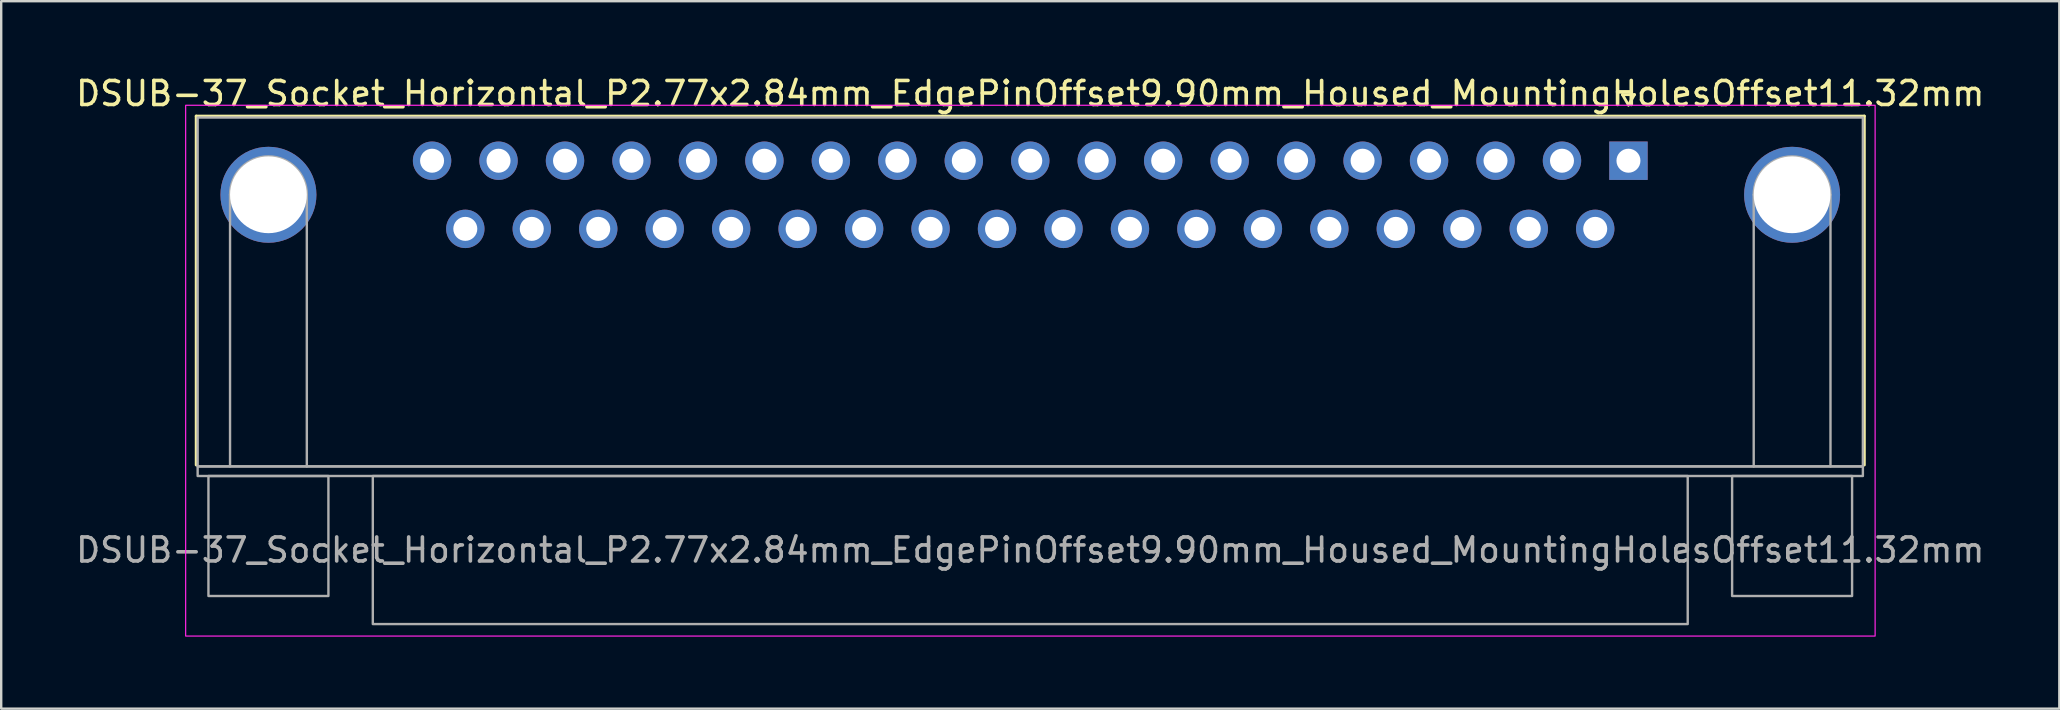
<source format=kicad_pcb>
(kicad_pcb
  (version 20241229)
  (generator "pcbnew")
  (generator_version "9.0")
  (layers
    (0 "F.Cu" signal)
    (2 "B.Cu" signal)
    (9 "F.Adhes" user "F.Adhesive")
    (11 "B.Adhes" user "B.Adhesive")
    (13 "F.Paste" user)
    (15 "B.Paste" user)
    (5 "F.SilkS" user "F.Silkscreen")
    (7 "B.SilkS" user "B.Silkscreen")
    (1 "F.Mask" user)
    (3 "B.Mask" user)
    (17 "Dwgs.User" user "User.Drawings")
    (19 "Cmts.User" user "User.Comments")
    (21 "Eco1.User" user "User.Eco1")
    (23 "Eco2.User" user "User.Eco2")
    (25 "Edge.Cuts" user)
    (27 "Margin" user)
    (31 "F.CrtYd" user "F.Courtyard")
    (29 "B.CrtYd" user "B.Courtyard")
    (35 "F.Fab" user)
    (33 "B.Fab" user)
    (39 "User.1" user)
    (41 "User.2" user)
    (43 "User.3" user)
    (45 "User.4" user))
  (footprint "DSUB-37_Socket_Horizontal_P2.77x2.84mm_EdgePinOffset9.90mm_Housed_MountingHolesOffset11.32mm"
    (layer "F.Cu")
    (at 64.817 3.648)
    (property "Reference" "DSUB-37_Socket_Horizontal_P2.77x2.84mm_EdgePinOffset9.90mm_Housed_MountingHolesOffset11.32mm" (at -24.93 -2.8 0) (layer "F.SilkS") (effects (font (size 1 1) (thickness 0.15))))
    (attr through_hole)
    (fp_line (start -59.69 -1.86) (end 9.83 -1.86) (stroke (width 0.12) (type solid)) (layer "F.SilkS"))
    (fp_line (start -59.69 12.68) (end -59.69 -1.86) (stroke (width 0.12) (type solid)) (layer "F.SilkS"))
    (fp_line (start -0.25 -2.754) (end 0.25 -2.754) (stroke (width 0.12) (type solid)) (layer "F.SilkS"))
    (fp_line (start 0 -2.321) (end -0.25 -2.754) (stroke (width 0.12) (type solid)) (layer "F.SilkS"))
    (fp_line (start 0.25 -2.754) (end 0 -2.321) (stroke (width 0.12) (type solid)) (layer "F.SilkS"))
    (fp_line (start 9.83 -1.86) (end 9.83 12.68) (stroke (width 0.12) (type solid)) (layer "F.SilkS"))
    (fp_rect (start -60.13 -2.31) (end 10.28 19.81) (stroke (width 0.05) (type solid)) (fill no) (layer "F.CrtYd"))
    (fp_line (start -58.28 12.74) (end -58.28 1.42) (stroke (width 0.1) (type solid)) (layer "F.Fab"))
    (fp_line (start -55.08 12.74) (end -55.08 1.42) (stroke (width 0.1) (type solid)) (layer "F.Fab"))
    (fp_line (start 5.22 12.74) (end 5.22 1.42) (stroke (width 0.1) (type solid)) (layer "F.Fab"))
    (fp_line (start 8.42 12.74) (end 8.42 1.42) (stroke (width 0.1) (type solid)) (layer "F.Fab"))
    (fp_rect (start -59.63 -1.8) (end 9.77 12.74) (stroke (width 0.1) (type solid)) (fill no) (layer "F.Fab"))
    (fp_rect (start -59.63 12.74) (end 9.77 13.14) (stroke (width 0.1) (type solid)) (fill no) (layer "F.Fab"))
    (fp_rect (start -59.18 13.14) (end -54.18 18.14) (stroke (width 0.1) (type solid)) (fill no) (layer "F.Fab"))
    (fp_rect (start -52.33 13.14) (end 2.47 19.31) (stroke (width 0.1) (type solid)) (fill no) (layer "F.Fab"))
    (fp_rect (start 4.32 13.14) (end 9.32 18.14) (stroke (width 0.1) (type solid)) (fill no) (layer "F.Fab"))
    (fp_arc (start -58.28 1.42) (mid -56.68 -0.18) (end -55.08 1.42) (stroke (width 0.1) (type solid)) (layer "F.Fab"))
    (fp_arc (start 5.22 1.42) (mid 6.82 -0.18) (end 8.42 1.42) (stroke (width 0.1) (type solid)) (layer "F.Fab"))
    (fp_text user "${REFERENCE}" (at -24.93 16.225 0) (layer "F.Fab") (effects (font (size 1 1) (thickness 0.15))))
    (pad "1" thru_hole rect (at 0 0) (size 1.6 1.6) (drill 1) (layers "*.Cu" "*.Mask"))
    (pad "2" thru_hole circle (at -2.77 0) (size 1.6 1.6) (drill 1) (layers "*.Cu" "*.Mask"))
    (pad "3" thru_hole circle (at -5.54 0) (size 1.6 1.6) (drill 1) (layers "*.Cu" "*.Mask"))
    (pad "4" thru_hole circle (at -8.31 0) (size 1.6 1.6) (drill 1) (layers "*.Cu" "*.Mask"))
    (pad "5" thru_hole circle (at -11.08 0) (size 1.6 1.6) (drill 1) (layers "*.Cu" "*.Mask"))
    (pad "6" thru_hole circle (at -13.85 0) (size 1.6 1.6) (drill 1) (layers "*.Cu" "*.Mask"))
    (pad "7" thru_hole circle (at -16.62 0) (size 1.6 1.6) (drill 1) (layers "*.Cu" "*.Mask"))
    (pad "8" thru_hole circle (at -19.39 0) (size 1.6 1.6) (drill 1) (layers "*.Cu" "*.Mask"))
    (pad "9" thru_hole circle (at -22.16 0) (size 1.6 1.6) (drill 1) (layers "*.Cu" "*.Mask"))
    (pad "10" thru_hole circle (at -24.93 0) (size 1.6 1.6) (drill 1) (layers "*.Cu" "*.Mask"))
    (pad "11" thru_hole circle (at -27.7 0) (size 1.6 1.6) (drill 1) (layers "*.Cu" "*.Mask"))
    (pad "12" thru_hole circle (at -30.47 0) (size 1.6 1.6) (drill 1) (layers "*.Cu" "*.Mask"))
    (pad "13" thru_hole circle (at -33.24 0) (size 1.6 1.6) (drill 1) (layers "*.Cu" "*.Mask"))
    (pad "14" thru_hole circle (at -36.01 0) (size 1.6 1.6) (drill 1) (layers "*.Cu" "*.Mask"))
    (pad "15" thru_hole circle (at -38.78 0) (size 1.6 1.6) (drill 1) (layers "*.Cu" "*.Mask"))
    (pad "16" thru_hole circle (at -41.55 0) (size 1.6 1.6) (drill 1) (layers "*.Cu" "*.Mask"))
    (pad "17" thru_hole circle (at -44.32 0) (size 1.6 1.6) (drill 1) (layers "*.Cu" "*.Mask"))
    (pad "18" thru_hole circle (at -47.09 0) (size 1.6 1.6) (drill 1) (layers "*.Cu" "*.Mask"))
    (pad "19" thru_hole circle (at -49.86 0) (size 1.6 1.6) (drill 1) (layers "*.Cu" "*.Mask"))
    (pad "20" thru_hole circle (at -1.385 2.84) (size 1.6 1.6) (drill 1) (layers "*.Cu" "*.Mask"))
    (pad "21" thru_hole circle (at -4.155 2.84) (size 1.6 1.6) (drill 1) (layers "*.Cu" "*.Mask"))
    (pad "22" thru_hole circle (at -6.925 2.84) (size 1.6 1.6) (drill 1) (layers "*.Cu" "*.Mask"))
    (pad "23" thru_hole circle (at -9.695 2.84) (size 1.6 1.6) (drill 1) (layers "*.Cu" "*.Mask"))
    (pad "24" thru_hole circle (at -12.465 2.84) (size 1.6 1.6) (drill 1) (layers "*.Cu" "*.Mask"))
    (pad "25" thru_hole circle (at -15.235 2.84) (size 1.6 1.6) (drill 1) (layers "*.Cu" "*.Mask"))
    (pad "26" thru_hole circle (at -18.005 2.84) (size 1.6 1.6) (drill 1) (layers "*.Cu" "*.Mask"))
    (pad "27" thru_hole circle (at -20.775 2.84) (size 1.6 1.6) (drill 1) (layers "*.Cu" "*.Mask"))
    (pad "28" thru_hole circle (at -23.545 2.84) (size 1.6 1.6) (drill 1) (layers "*.Cu" "*.Mask"))
    (pad "29" thru_hole circle (at -26.315 2.84) (size 1.6 1.6) (drill 1) (layers "*.Cu" "*.Mask"))
    (pad "30" thru_hole circle (at -29.085 2.84) (size 1.6 1.6) (drill 1) (layers "*.Cu" "*.Mask"))
    (pad "31" thru_hole circle (at -31.855 2.84) (size 1.6 1.6) (drill 1) (layers "*.Cu" "*.Mask"))
    (pad "32" thru_hole circle (at -34.625 2.84) (size 1.6 1.6) (drill 1) (layers "*.Cu" "*.Mask"))
    (pad "33" thru_hole circle (at -37.395 2.84) (size 1.6 1.6) (drill 1) (layers "*.Cu" "*.Mask"))
    (pad "34" thru_hole circle (at -40.165 2.84) (size 1.6 1.6) (drill 1) (layers "*.Cu" "*.Mask"))
    (pad "35" thru_hole circle (at -42.935 2.84) (size 1.6 1.6) (drill 1) (layers "*.Cu" "*.Mask"))
    (pad "36" thru_hole circle (at -45.705 2.84) (size 1.6 1.6) (drill 1) (layers "*.Cu" "*.Mask"))
    (pad "37" thru_hole circle (at -48.475 2.84) (size 1.6 1.6) (drill 1) (layers "*.Cu" "*.Mask"))
    (pad "SH" thru_hole circle (at -56.68 1.42) (size 4 4) (drill 3.2) (layers "*.Cu" "*.Mask"))
    (pad "SH" thru_hole circle (at 6.82 1.42) (size 4 4) (drill 3.2) (layers "*.Cu" "*.Mask")))
  (gr_rect
    (start -3 -3)
    (end 82.774 26.483)
    (stroke (width 0.1) (type default))
    (fill no)
    (layer "Edge.Cuts")))
</source>
